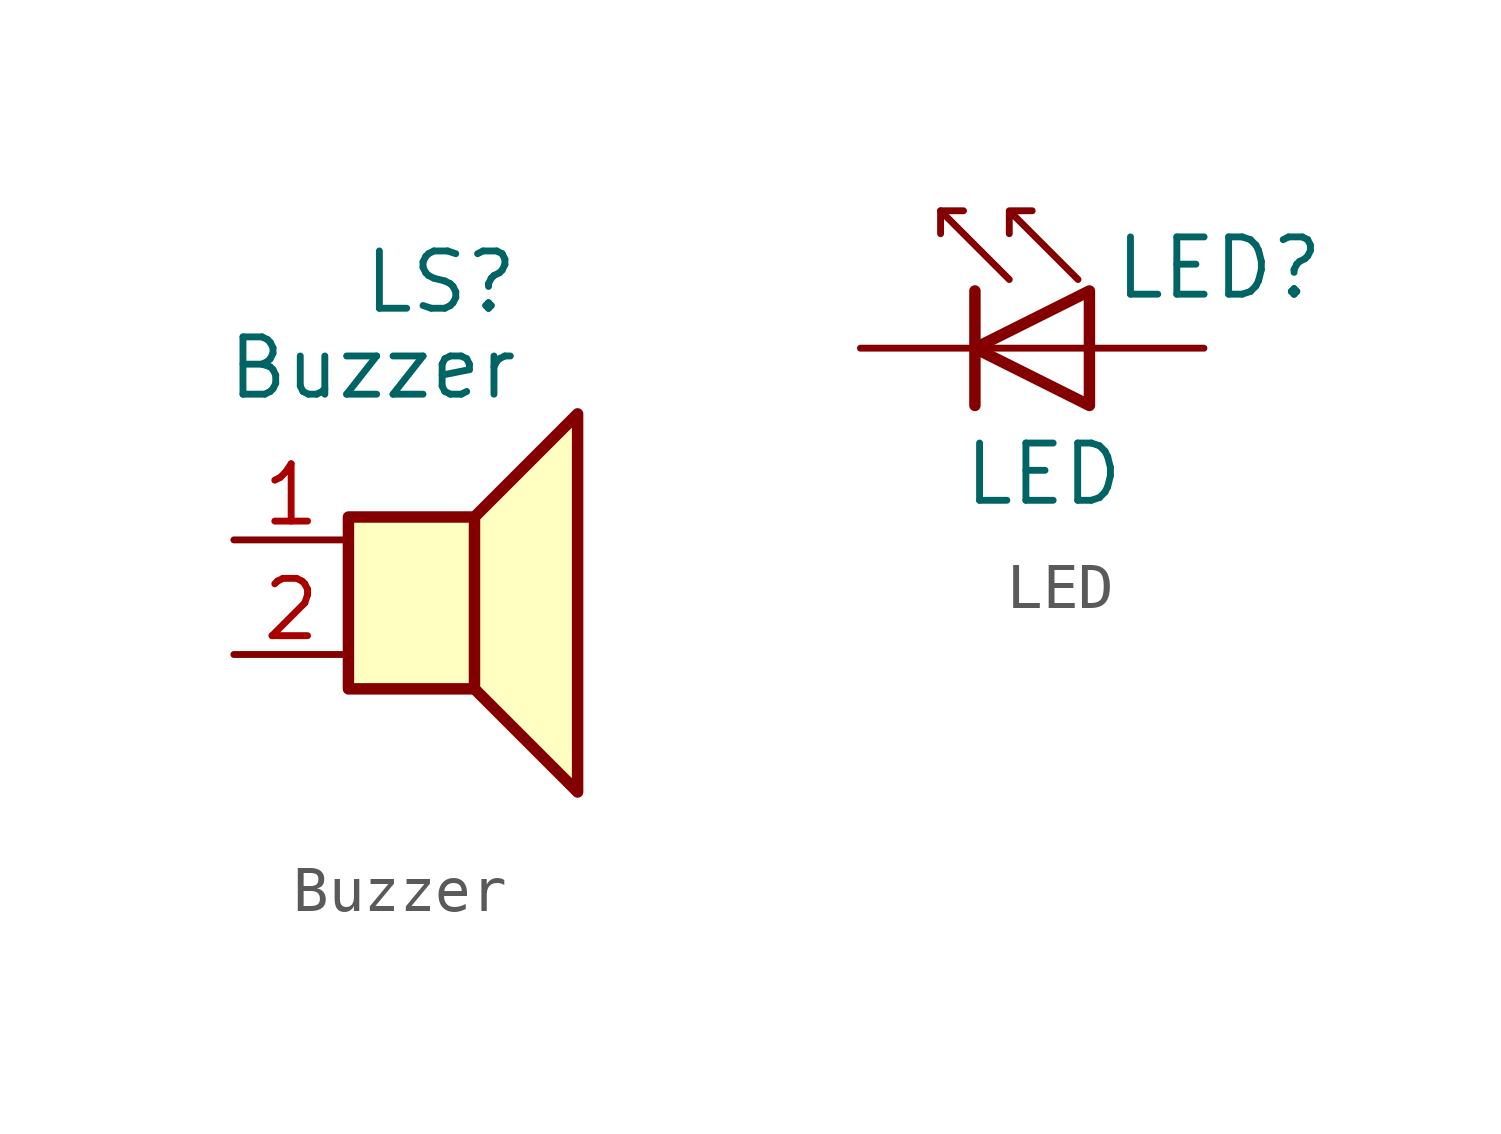
<source format=kicad_sym>
(kicad_symbol_lib
  (version 20220914)
  (generator kicad_symbol_editor)
  (symbol "Buzzer"
    (pin_names
      (offset 0) hide)
    (property "Reference" "LS"
      (at 2.54 6.985 0)
      (effects (font (size 1.27 1.27)) (justify right)))
    (property "Value" "Buzzer"
      (at 2.54 5.08 0)
      (effects (font (size 1.27 1.27)) (justify right)))
    (symbol "Buzzer_1_0"
      (rectangle (start -1.27 1.778) (end 1.524 -2.032) (stroke (width 0.254) (type default)) (fill (type background)))
      (polyline (pts (xy 1.524 1.778) (xy 3.81 4.064) (xy 3.81 -4.318) (xy 1.524 -2.032)) (stroke (width 0.254) (type default)) (fill (type background))))
    (symbol "Buzzer_1_1"
      (pin passive line (at -3.81 1.27 0) (length 2.54) (name "1" (effects (font (size 1.27 1.27)))) (number "1" (effects (font (size 1.27 1.27)))))
      (pin passive line (at -3.81 -1.27 0) (length 2.54) (name "2" (effects (font (size 1.27 1.27)))) (number "2" (effects (font (size 1.27 1.27)))))))
  (symbol "LED"
    (pin_numbers hide)
    (pin_names hide)
    (property "Reference" "LED"
      (at 1.778 1.778 0)
      (effects (font (size 1.27 1.27)) (justify left)))
    (property "Value" "LED"
      (at 0.254 -2.794 0)
      (effects (font (size 1.27 1.27))))
    (symbol "LED_0_1"
      (polyline (pts (xy -2.032 3.048) (xy -2.032 2.54)) (stroke (width 0) (type default)) (fill (type none)))
      (polyline (pts (xy -1.27 1.27) (xy -1.27 -1.27)) (stroke (width 0.254) (type default)) (fill (type none)))
      (polyline (pts (xy 1.27 0) (xy -1.27 0)) (stroke (width 0) (type default)) (fill (type none)))
      (polyline (pts (xy -0.508 1.524) (xy -2.032 3.048) (xy -1.524 3.048)) (stroke (width 0) (type default)) (fill (type none)))
      (polyline (pts (xy 1.27 -1.27) (xy 1.27 1.27) (xy -1.27 0) (xy 1.27 -1.27)) (stroke (width 0.254) (type default)) (fill (type none)))
      (polyline (pts (xy 1.016 1.524) (xy -0.508 3.048) (xy 0 3.048) (xy -0.508 3.048) (xy -0.508 2.54)) (stroke (width 0) (type default)) (fill (type none))))
    (symbol "LED_1_1"
      (pin passive line (at -3.81 0 0) (length 2.54) (name "K" (effects (font (size 1.27 1.27)))) (number "1" (effects (font (size 1.27 1.27)))))
      (pin passive line (at 3.81 0 180) (length 2.54) (name "A" (effects (font (size 1.27 1.27)))) (number "2" (effects (font (size 1.27 1.27))))))))
</source>
